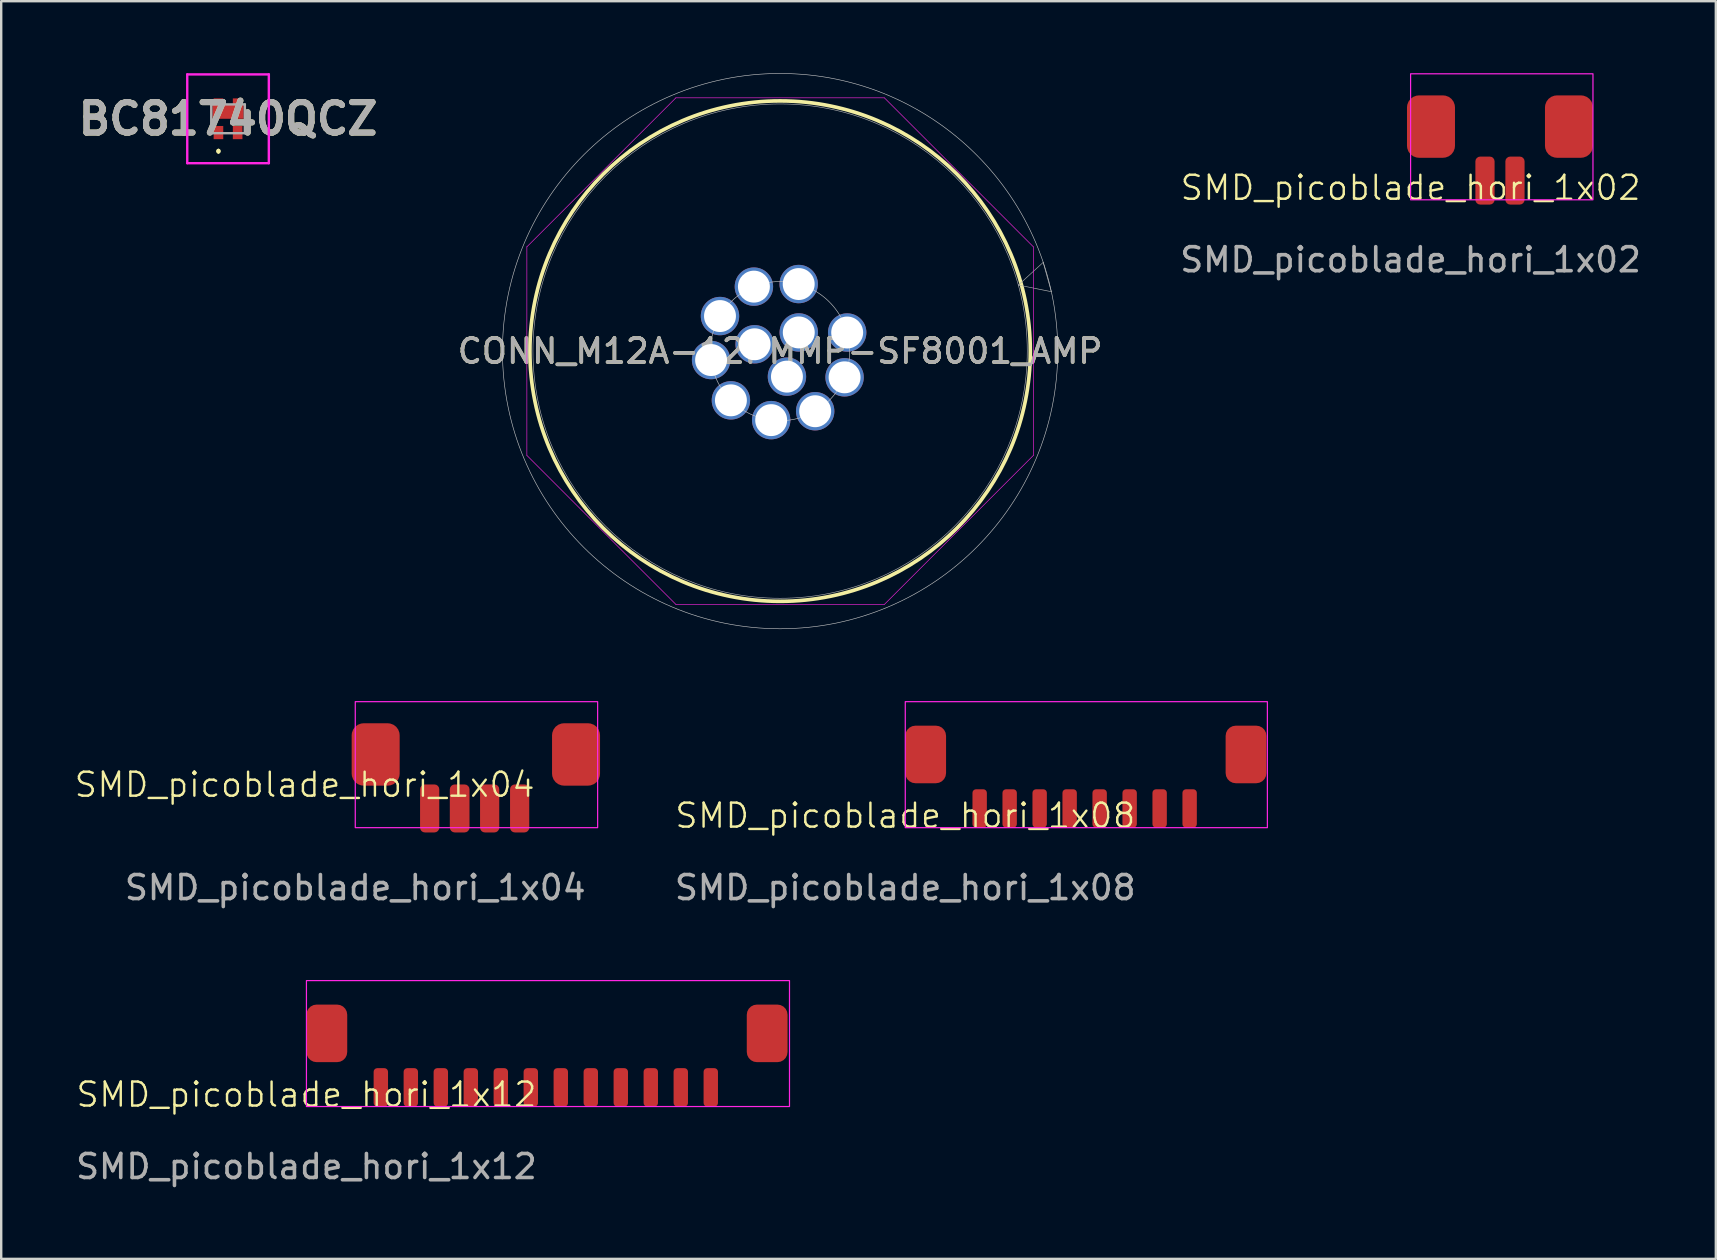
<source format=kicad_pcb>
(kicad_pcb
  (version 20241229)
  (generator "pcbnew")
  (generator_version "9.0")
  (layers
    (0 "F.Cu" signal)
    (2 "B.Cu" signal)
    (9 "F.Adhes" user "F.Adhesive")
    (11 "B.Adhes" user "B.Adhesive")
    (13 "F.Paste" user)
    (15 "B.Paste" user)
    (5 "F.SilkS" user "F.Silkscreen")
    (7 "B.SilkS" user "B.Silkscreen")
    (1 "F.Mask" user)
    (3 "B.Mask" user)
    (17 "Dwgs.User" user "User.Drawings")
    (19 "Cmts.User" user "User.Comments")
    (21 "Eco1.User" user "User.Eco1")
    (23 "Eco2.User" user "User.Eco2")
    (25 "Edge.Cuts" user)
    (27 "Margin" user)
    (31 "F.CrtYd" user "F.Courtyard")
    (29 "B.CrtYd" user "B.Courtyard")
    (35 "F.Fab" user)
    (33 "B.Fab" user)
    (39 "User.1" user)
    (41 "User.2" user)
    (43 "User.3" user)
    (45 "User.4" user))
  (footprint "CONN_M12A-12PMMP-SF8001_AMP"
    (layer "F.Cu")
    (at 32.254 10.807)
    (property "Reference" "CONN_M12A-12PMMP-SF8001_AMP" (at -2.795 0.775 0) (unlocked yes) (layer "F.SilkS") (effects (font (size 1 1) (thickness 0.15))))
    (attr through_hole)
    (fp_circle (center -2.795 0.775) (end 7.632 0.775) (stroke (width 0.152) (type solid)) (fill no) (layer "F.SilkS"))
    (fp_circle (center -2.795 0.775) (end 0.105 0.775) (stroke (width 0.025) (type solid)) (fill no) (layer "Dwgs.User"))
    (fp_circle (center -2.795 0.775) (end 8.354 -2.317) (stroke (width 0.025) (type solid)) (fill no) (layer "Dwgs.User"))
    (fp_line (start -13.348 -3.571) (end -7.14 -9.779) (stroke (width 0.025) (type solid)) (layer "F.CrtYd"))
    (fp_line (start -13.348 5.121) (end -13.348 -3.571) (stroke (width 0.025) (type solid)) (layer "F.CrtYd"))
    (fp_line (start -7.14 -9.779) (end 1.551 -9.779) (stroke (width 0.025) (type solid)) (layer "F.CrtYd"))
    (fp_line (start -7.14 11.329) (end -13.348 5.121) (stroke (width 0.025) (type solid)) (layer "F.CrtYd"))
    (fp_line (start 1.551 -9.779) (end 7.759 -3.571) (stroke (width 0.025) (type solid)) (layer "F.CrtYd"))
    (fp_line (start 1.551 11.329) (end -7.14 11.329) (stroke (width 0.025) (type solid)) (layer "F.CrtYd"))
    (fp_line (start 7.759 -3.571) (end 7.759 5.121) (stroke (width 0.025) (type solid)) (layer "F.CrtYd"))
    (fp_line (start 7.759 5.121) (end 1.551 11.329) (stroke (width 0.025) (type solid)) (layer "F.CrtYd"))
    (fp_line (start 7.131 -1.977) (end 8.168 -2.923) (stroke (width 0.025) (type solid)) (layer "F.Fab"))
    (fp_line (start 8.168 -2.923) (end 8.507 -1.701) (stroke (width 0.025) (type solid)) (layer "F.Fab"))
    (fp_line (start 8.507 -1.701) (end 7.131 -1.977) (stroke (width 0.025) (type solid)) (layer "F.Fab"))
    (fp_circle (center -2.795 0.775) (end 7.505 0.775) (stroke (width 0.025) (type solid)) (fill no) (layer "F.Fab"))
    (fp_text user "${REFERENCE}" (at -2.795 0.775 0) (unlocked yes) (layer "F.Fab") (effects (font (size 1 1) (thickness 0.15))))
    (pad "1" thru_hole circle (at 0 0) (size 1.6 1.6) (drill 1.33) (layers "*.Cu" "*.Mask"))
    (pad "2" thru_hole circle (at -2.02 -2.02) (size 1.6 1.6) (drill 1.33) (layers "*.Cu" "*.Mask"))
    (pad "3" thru_hole circle (at -3.887 -1.912 90) (size 1.6 1.6) (drill 1.33) (layers "*.Cu" "*.Mask"))
    (pad "4" thru_hole circle (at -5.3 -0.686) (size 1.6 1.6) (drill 1.33) (layers "*.Cu" "*.Mask"))
    (pad "5" thru_hole circle (at -5.671 1.147) (size 1.6 1.6) (drill 1.33) (layers "*.Cu" "*.Mask"))
    (pad "6" thru_hole circle (at -4.845 2.826) (size 1.6 1.6) (drill 1.33) (layers "*.Cu" "*.Mask"))
    (pad "7" thru_hole circle (at -3.167 3.651) (size 1.6 1.6) (drill 1.33) (layers "*.Cu" "*.Mask"))
    (pad "8" thru_hole circle (at -1.334 3.28) (size 1.6 1.6) (drill 1.33) (layers "*.Cu" "*.Mask"))
    (pad "9" thru_hole circle (at -0.108 1.867) (size 1.6 1.6) (drill 1.33) (layers "*.Cu" "*.Mask"))
    (pad "10" thru_hole circle (at -2.017 -0.003) (size 1.6 1.6) (drill 1.33) (layers "*.Cu" "*.Mask"))
    (pad "11" thru_hole circle (at -3.857 0.49 210) (size 1.6 1.6) (drill 1.33) (layers "*.Cu" "*.Mask"))
    (pad "12" thru_hole circle (at -2.51 1.838 240) (size 1.6 1.6) (drill 1.33) (layers "*.Cu" "*.Mask")))
  (footprint "SMD_picoblade_hori_1x04"
    (layer "F.Cu")
    (at 11.755 31.44)
    (property "Reference" "SMD_picoblade_hori_1x04" (at -2.11 -1.79 0) (unlocked yes) (layer "F.SilkS") (effects (font (size 1 1) (thickness 0.1))))
    (attr smd)
    (fp_rect (start 0 0) (end 10.1 -5.25) (stroke (width 0.05) (type default)) (fill no) (layer "F.CrtYd"))
    (fp_text user "${REFERENCE}" (at 0 2.5 0) (unlocked yes) (layer "F.Fab") (effects (font (size 1 1) (thickness 0.15))))
    (pad "" smd roundrect (at 0.85 -3.05) (size 2 2.6) (layers "F.Cu" "F.Mask" "F.Paste") (roundrect_rratio 0.25))
    (pad "" smd roundrect (at 9.2 -3.05) (size 2 2.6) (layers "F.Cu" "F.Mask" "F.Paste") (roundrect_rratio 0.25))
    (pad "1" smd roundrect (at 6.85 -0.8) (size 0.8 2) (layers "F.Cu" "F.Mask" "F.Paste") (roundrect_rratio 0.25))
    (pad "2" smd roundrect (at 5.6 -0.8) (size 0.8 2) (layers "F.Cu" "F.Mask" "F.Paste") (roundrect_rratio 0.25))
    (pad "3" smd roundrect (at 4.35 -0.8) (size 0.82 2) (layers "F.Cu" "F.Mask" "F.Paste") (roundrect_rratio 0.25))
    (pad "4" smd roundrect (at 3.1 -0.8) (size 0.8 2) (layers "F.Cu" "F.Mask" "F.Paste") (roundrect_rratio 0.25)))
  (footprint "SMD_picoblade_hori_1x02"
    (layer "F.Cu")
    (at 55.733 5.275)
    (property "Reference" "SMD_picoblade_hori_1x02" (at 0 -0.5 0) (unlocked yes) (layer "F.SilkS") (effects (font (size 1 1) (thickness 0.1))))
    (attr smd)
    (fp_rect (start 0 0) (end 7.6 -5.25) (stroke (width 0.05) (type default)) (fill no) (layer "F.CrtYd"))
    (fp_text user "${REFERENCE}" (at 0 2.5 0) (unlocked yes) (layer "F.Fab") (effects (font (size 1 1) (thickness 0.15))))
    (pad "" smd roundrect (at 0.85 -3.05) (size 2 2.6) (layers "F.Cu" "F.Mask" "F.Paste") (roundrect_rratio 0.25))
    (pad "" smd roundrect (at 6.6 -3.05) (size 2 2.6) (layers "F.Cu" "F.Mask" "F.Paste") (roundrect_rratio 0.25))
    (pad "1" smd roundrect (at 4.35 -0.8) (size 0.8 2) (layers "F.Cu" "F.Mask" "F.Paste") (roundrect_rratio 0.25))
    (pad "2" smd roundrect (at 3.1 -0.8) (size 0.8 2) (layers "F.Cu" "F.Mask" "F.Paste") (roundrect_rratio 0.25)))
  (footprint "BC81740QCZ"
    (layer "F.Cu")
    (at 6.453 1.9)
    (property "Reference" "BC81740QCZ" (at 0 0 0) (layer "F.SilkS") (effects (font (size 1.27 1.27) (thickness 0.254))))
    (attr smd)
    (fp_line (start -0.4 1.3) (end -0.4 1.3) (stroke (width 0.1) (type solid)) (layer "F.SilkS"))
    (fp_line (start -0.4 1.4) (end -0.4 1.4) (stroke (width 0.1) (type solid)) (layer "F.SilkS"))
    (fp_arc (start -0.4 1.3) (mid -0.35 1.35) (end -0.4 1.4) (stroke (width 0.1) (type solid)) (layer "F.SilkS"))
    (fp_arc (start -0.4 1.4) (mid -0.45 1.35) (end -0.4 1.3) (stroke (width 0.1) (type solid)) (layer "F.SilkS"))
    (fp_line (start -1.7 -1.85) (end 1.7 -1.85) (stroke (width 0.1) (type solid)) (layer "F.CrtYd"))
    (fp_line (start -1.7 1.85) (end -1.7 -1.85) (stroke (width 0.1) (type solid)) (layer "F.CrtYd"))
    (fp_line (start 1.7 -1.85) (end 1.7 1.85) (stroke (width 0.1) (type solid)) (layer "F.CrtYd"))
    (fp_line (start 1.7 1.85) (end -1.7 1.85) (stroke (width 0.1) (type solid)) (layer "F.CrtYd"))
    (fp_line (start -0.7 -0.6) (end 0.7 -0.6) (stroke (width 0.1) (type solid)) (layer "F.Fab"))
    (fp_line (start -0.7 0.6) (end -0.7 -0.6) (stroke (width 0.1) (type solid)) (layer "F.Fab"))
    (fp_line (start 0.7 -0.6) (end 0.7 0.6) (stroke (width 0.1) (type solid)) (layer "F.Fab"))
    (fp_line (start 0.7 0.6) (end -0.7 0.6) (stroke (width 0.1) (type solid)) (layer "F.Fab"))
    (fp_text user "${REFERENCE}" (at 0 0 0) (layer "F.Fab") (effects (font (size 1.27 1.27) (thickness 0.254))))
    (pad "1" smd rect (at -0.4 0.575) (size 0.4 0.55) (layers "F.Cu" "F.Mask" "F.Paste"))
    (pad "2" smd rect (at 0.4 0.575) (size 0.4 0.55) (layers "F.Cu" "F.Mask" "F.Paste"))
    (pad "3" smd rect (at 0 -0.3 90) (size 0.6 1.3) (layers "F.Cu" "F.Mask" "F.Paste"))
    (pad "4" smd rect (at 0.4 -0.725 90) (size 0.25 0.4) (layers "F.Cu" "F.Mask" "F.Paste"))
    (pad "5" smd rect (at -0.4 -0.725 90) (size 0.25 0.4) (layers "F.Cu" "F.Mask" "F.Paste")))
  (footprint "SMD_picoblade_hori_1x08"
    (layer "F.Cu")
    (at 34.675 31.44)
    (property "Reference" "SMD_picoblade_hori_1x08" (at 0 -0.5 0) (unlocked yes) (layer "F.SilkS") (effects (font (size 1 1) (thickness 0.1))))
    (attr smd)
    (fp_rect (start 0 0) (end 15.09 -5.25) (stroke (width 0.05) (type default)) (fill no) (layer "F.CrtYd"))
    (fp_text user "${REFERENCE}" (at 0 2.5 0) (unlocked yes) (layer "F.Fab") (effects (font (size 1 1) (thickness 0.15))))
    (pad "" smd roundrect (at 0.85 -3.05) (size 1.7 2.4) (layers "F.Cu" "F.Mask" "F.Paste") (roundrect_rratio 0.25))
    (pad "" smd roundrect (at 14.2 -3.05) (size 1.7 2.4) (layers "F.Cu" "F.Mask" "F.Paste") (roundrect_rratio 0.25))
    (pad "1" smd roundrect (at 11.85 -0.8) (size 0.6 1.6) (layers "F.Cu" "F.Mask" "F.Paste") (roundrect_rratio 0.25))
    (pad "2" smd roundrect (at 10.6 -0.8) (size 0.6 1.6) (layers "F.Cu" "F.Mask" "F.Paste") (roundrect_rratio 0.25))
    (pad "3" smd roundrect (at 9.35 -0.8) (size 0.6 1.6) (layers "F.Cu" "F.Mask" "F.Paste") (roundrect_rratio 0.25))
    (pad "4" smd roundrect (at 8.1 -0.8) (size 0.6 1.6) (layers "F.Cu" "F.Mask" "F.Paste") (roundrect_rratio 0.25))
    (pad "5" smd roundrect (at 6.85 -0.8) (size 0.6 1.6) (layers "F.Cu" "F.Mask" "F.Paste") (roundrect_rratio 0.25))
    (pad "6" smd roundrect (at 5.6 -0.8) (size 0.6 1.6) (layers "F.Cu" "F.Mask" "F.Paste") (roundrect_rratio 0.25))
    (pad "7" smd roundrect (at 4.35 -0.8) (size 0.6 1.6) (layers "F.Cu" "F.Mask" "F.Paste") (roundrect_rratio 0.25))
    (pad "8" smd roundrect (at 3.1 -0.8) (size 0.6 1.6) (layers "F.Cu" "F.Mask" "F.Paste") (roundrect_rratio 0.25)))
  (footprint "SMD_picoblade_hori_1x12"
    (layer "F.Cu")
    (at 9.72 43.063)
    (property "Reference" "SMD_picoblade_hori_1x12" (at 0 -0.5 0) (unlocked yes) (layer "F.SilkS") (effects (font (size 1 1) (thickness 0.1))))
    (attr smd)
    (fp_rect (start 0 0) (end 20.13 -5.25) (stroke (width 0.05) (type default)) (fill no) (layer "F.CrtYd"))
    (fp_text user "${REFERENCE}" (at 0 2.5 0) (unlocked yes) (layer "F.Fab") (effects (font (size 1 1) (thickness 0.15))))
    (pad "" smd roundrect (at 0.85 -3.05) (size 1.7 2.4) (layers "F.Cu" "F.Mask" "F.Paste") (roundrect_rratio 0.25))
    (pad "" smd roundrect (at 19.2 -3.05) (size 1.7 2.4) (layers "F.Cu" "F.Mask" "F.Paste") (roundrect_rratio 0.25))
    (pad "1" smd roundrect (at 16.85 -0.8) (size 0.6 1.6) (layers "F.Cu" "F.Mask" "F.Paste") (roundrect_rratio 0.25))
    (pad "2" smd roundrect (at 15.6 -0.8) (size 0.6 1.6) (layers "F.Cu" "F.Mask" "F.Paste") (roundrect_rratio 0.25))
    (pad "3" smd roundrect (at 14.35 -0.8) (size 0.6 1.6) (layers "F.Cu" "F.Mask" "F.Paste") (roundrect_rratio 0.25))
    (pad "4" smd roundrect (at 13.1 -0.8) (size 0.6 1.6) (layers "F.Cu" "F.Mask" "F.Paste") (roundrect_rratio 0.25))
    (pad "5" smd roundrect (at 11.85 -0.8) (size 0.6 1.6) (layers "F.Cu" "F.Mask" "F.Paste") (roundrect_rratio 0.25))
    (pad "6" smd roundrect (at 10.6 -0.8) (size 0.6 1.6) (layers "F.Cu" "F.Mask" "F.Paste") (roundrect_rratio 0.25))
    (pad "7" smd roundrect (at 9.35 -0.8) (size 0.6 1.6) (layers "F.Cu" "F.Mask" "F.Paste") (roundrect_rratio 0.25))
    (pad "8" smd roundrect (at 8.1 -0.8) (size 0.6 1.6) (layers "F.Cu" "F.Mask" "F.Paste") (roundrect_rratio 0.25))
    (pad "9" smd roundrect (at 6.85 -0.8) (size 0.6 1.6) (layers "F.Cu" "F.Mask" "F.Paste") (roundrect_rratio 0.25))
    (pad "10" smd roundrect (at 5.6 -0.8) (size 0.6 1.6) (layers "F.Cu" "F.Mask" "F.Paste") (roundrect_rratio 0.25))
    (pad "11" smd roundrect (at 4.35 -0.8) (size 0.6 1.6) (layers "F.Cu" "F.Mask" "F.Paste") (roundrect_rratio 0.25))
    (pad "12" smd roundrect (at 3.1 -0.8) (size 0.6 1.6) (layers "F.Cu" "F.Mask" "F.Paste") (roundrect_rratio 0.25)))
  (gr_rect
    (start -3 -3)
    (end 68.453 49.411)
    (stroke (width 0.1) (type default))
    (fill no)
    (layer "Edge.Cuts")))
</source>
